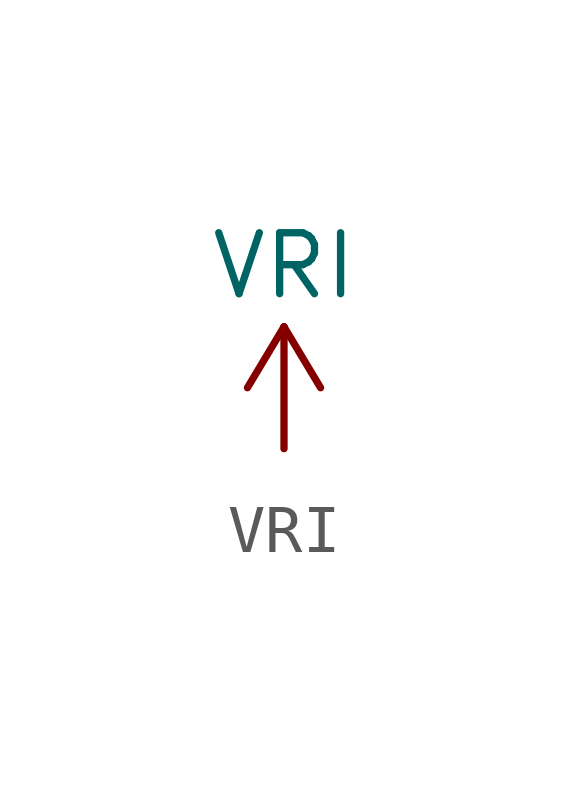
<source format=kicad_sym>
(kicad_symbol_lib
  (version 20220914)
  (generator kicad_symbol_editor)
  (symbol "VRI"
    (power)
    (pin_names
      (offset 0))
    (property "Reference" "#PWR"
      (at 0 -3.81 0)
      (effects (font (size 1.27 1.27)) hide))
    (property "Value" "VRI"
      (at 0 3.81 0)
      (effects (font (size 1.27 1.27))))
    (symbol "VRI_0_1"
      (polyline (pts (xy -0.762 1.27) (xy 0 2.54)) (stroke (width 0) (type default)) (fill (type none)))
      (polyline (pts (xy 0 0) (xy 0 2.54)) (stroke (width 0) (type default)) (fill (type none)))
      (polyline (pts (xy 0 2.54) (xy 0.762 1.27)) (stroke (width 0) (type default)) (fill (type none))))
    (symbol "VRI_1_1"
      (pin power_in line (at 0 0 90) (length 0) hide (name "VRI" (effects (font (size 1.27 1.27)))) (number "1" (effects (font (size 1.27 1.27))))))))
</source>
